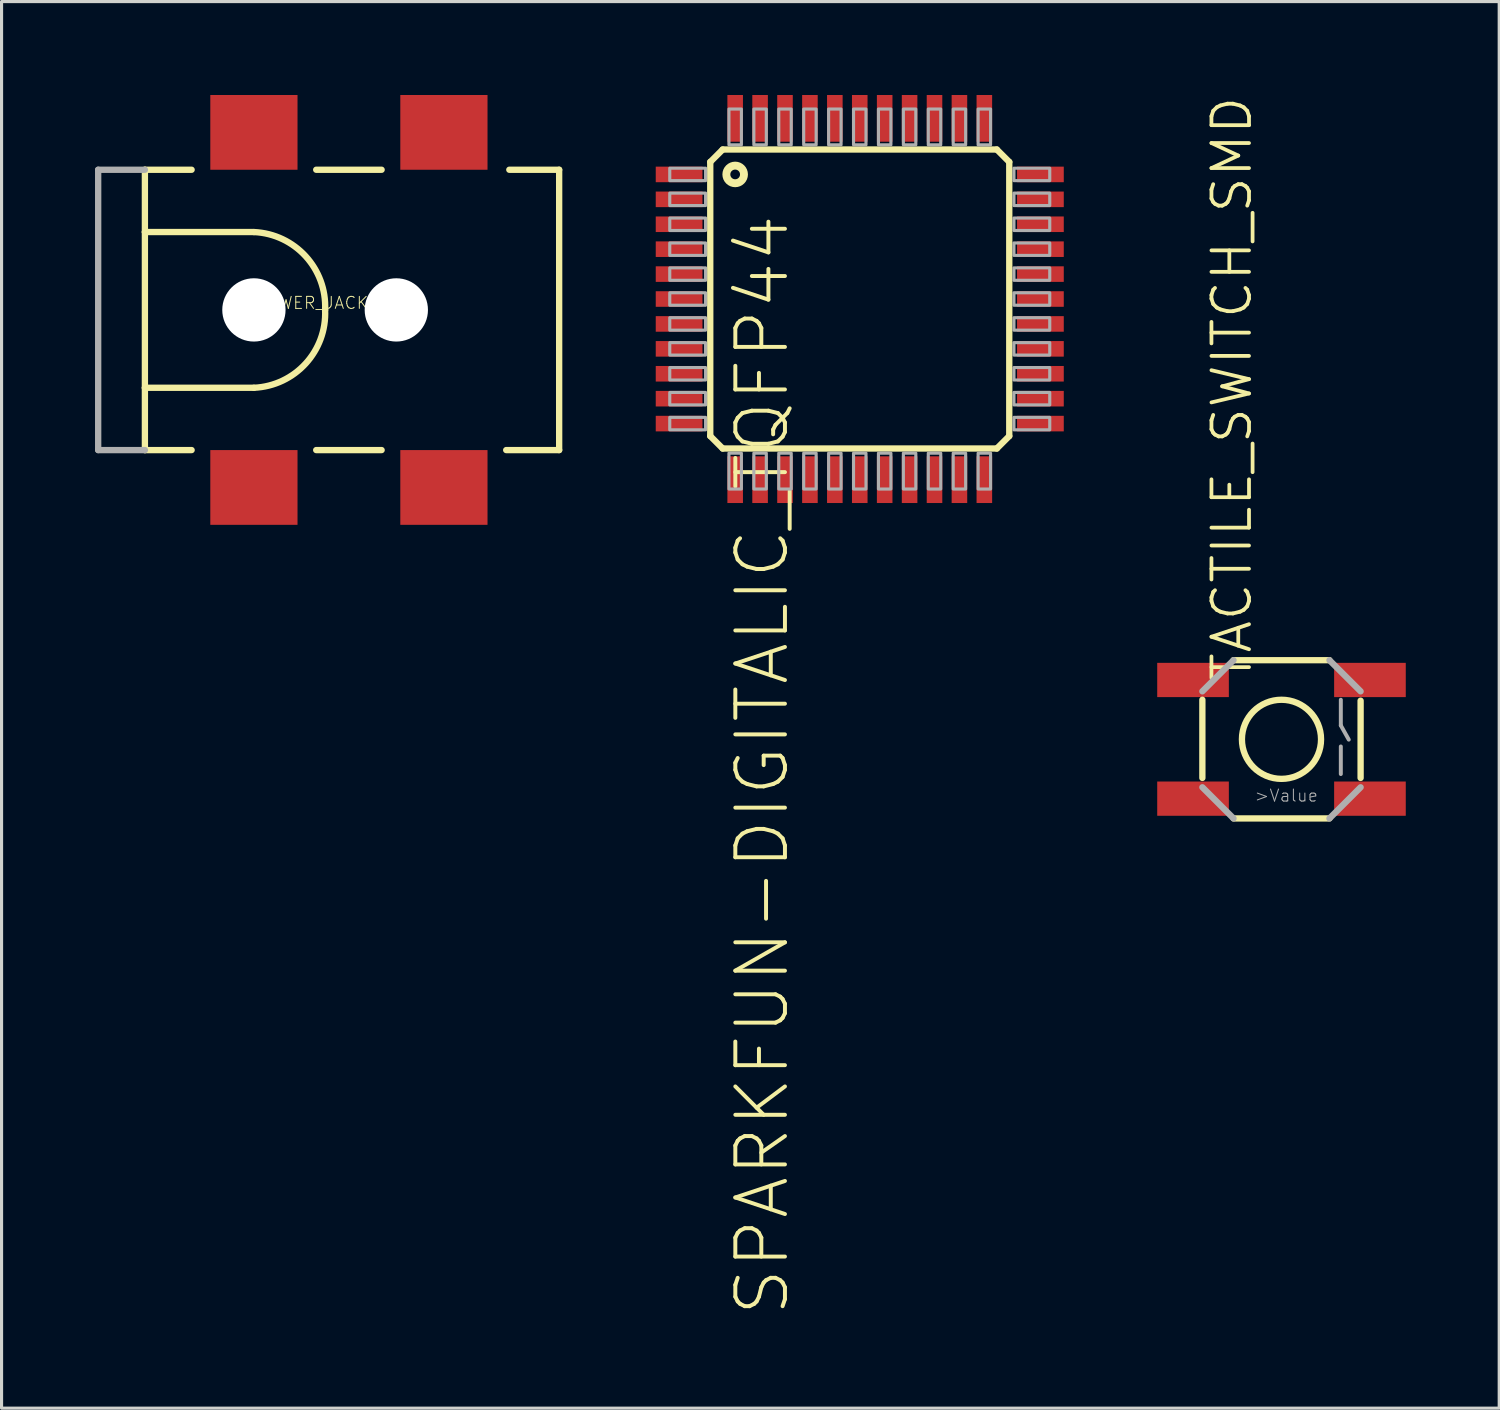
<source format=kicad_pcb>
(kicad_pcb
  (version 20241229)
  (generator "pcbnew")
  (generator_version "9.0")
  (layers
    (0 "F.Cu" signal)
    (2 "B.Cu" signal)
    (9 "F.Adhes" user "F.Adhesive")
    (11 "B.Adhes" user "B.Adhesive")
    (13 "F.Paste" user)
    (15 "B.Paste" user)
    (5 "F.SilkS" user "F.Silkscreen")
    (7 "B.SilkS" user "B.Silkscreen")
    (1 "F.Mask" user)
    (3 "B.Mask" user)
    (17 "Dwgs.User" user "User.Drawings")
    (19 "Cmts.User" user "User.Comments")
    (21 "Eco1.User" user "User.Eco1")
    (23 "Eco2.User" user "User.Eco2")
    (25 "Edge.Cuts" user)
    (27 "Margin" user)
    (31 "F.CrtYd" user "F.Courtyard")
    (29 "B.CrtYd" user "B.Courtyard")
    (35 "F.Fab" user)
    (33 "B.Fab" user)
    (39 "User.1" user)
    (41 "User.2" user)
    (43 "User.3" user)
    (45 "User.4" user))
  (footprint "SPARKFUN-DIGITALIC_TQFP44"
    (layer "F.Cu")
    (at 24.553 6.55)
    (property "Reference" "SPARKFUN-DIGITALIC_TQFP44" (at -4.064 -2.794 270) (layer "F.SilkS") (effects (font (size 1.593 1.593) (thickness 0.127)) (justify right top)))
    (attr through_hole)
    (fp_line (start -4.8 -4.4) (end -4.4 -4.8) (stroke (width 0.203) (type solid)) (layer "F.SilkS"))
    (fp_line (start -4.8 4.4) (end -4.8 -4.4) (stroke (width 0.203) (type solid)) (layer "F.SilkS"))
    (fp_line (start -4.4 -4.8) (end 4.4 -4.8) (stroke (width 0.203) (type solid)) (layer "F.SilkS"))
    (fp_line (start -4.4 4.8) (end -4.8 4.4) (stroke (width 0.203) (type solid)) (layer "F.SilkS"))
    (fp_line (start 4.4 -4.8) (end 4.8 -4.4) (stroke (width 0.203) (type solid)) (layer "F.SilkS"))
    (fp_line (start 4.4 4.8) (end -4.4 4.8) (stroke (width 0.203) (type solid)) (layer "F.SilkS"))
    (fp_line (start 4.8 -4.4) (end 4.8 4.4) (stroke (width 0.203) (type solid)) (layer "F.SilkS"))
    (fp_line (start 4.8 4.4) (end 4.4 4.8) (stroke (width 0.203) (type solid)) (layer "F.SilkS"))
    (fp_circle (center -4 -4) (end -3.717 -4) (stroke (width 0.254) (type solid)) (fill no) (layer "F.SilkS"))
    (fp_poly (pts (xy -6.1 -3.8) (xy -4.95 -3.8) (xy -4.95 -4.2) (xy -6.1 -4.2)) (stroke (width 0.1) (type solid)) (fill no) (layer "F.Fab"))
    (fp_poly (pts (xy -6.1 -3) (xy -4.95 -3) (xy -4.95 -3.4) (xy -6.1 -3.4)) (stroke (width 0.1) (type solid)) (fill no) (layer "F.Fab"))
    (fp_poly (pts (xy -6.1 -2.2) (xy -4.95 -2.2) (xy -4.95 -2.6) (xy -6.1 -2.6)) (stroke (width 0.1) (type solid)) (fill no) (layer "F.Fab"))
    (fp_poly (pts (xy -6.1 -1.4) (xy -4.95 -1.4) (xy -4.95 -1.8) (xy -6.1 -1.8)) (stroke (width 0.1) (type solid)) (fill no) (layer "F.Fab"))
    (fp_poly (pts (xy -6.1 -0.6) (xy -4.95 -0.6) (xy -4.95 -1) (xy -6.1 -1)) (stroke (width 0.1) (type solid)) (fill no) (layer "F.Fab"))
    (fp_poly (pts (xy -6.1 0.2) (xy -4.95 0.2) (xy -4.95 -0.2) (xy -6.1 -0.2)) (stroke (width 0.1) (type solid)) (fill no) (layer "F.Fab"))
    (fp_poly (pts (xy -6.1 1) (xy -4.95 1) (xy -4.95 0.6) (xy -6.1 0.6)) (stroke (width 0.1) (type solid)) (fill no) (layer "F.Fab"))
    (fp_poly (pts (xy -6.1 1.8) (xy -4.95 1.8) (xy -4.95 1.4) (xy -6.1 1.4)) (stroke (width 0.1) (type solid)) (fill no) (layer "F.Fab"))
    (fp_poly (pts (xy -6.1 2.6) (xy -4.95 2.6) (xy -4.95 2.2) (xy -6.1 2.2)) (stroke (width 0.1) (type solid)) (fill no) (layer "F.Fab"))
    (fp_poly (pts (xy -6.1 3.4) (xy -4.95 3.4) (xy -4.95 3) (xy -6.1 3)) (stroke (width 0.1) (type solid)) (fill no) (layer "F.Fab"))
    (fp_poly (pts (xy -6.1 4.2) (xy -4.95 4.2) (xy -4.95 3.8) (xy -6.1 3.8)) (stroke (width 0.1) (type solid)) (fill no) (layer "F.Fab"))
    (fp_poly (pts (xy -4.2 -4.95) (xy -3.8 -4.95) (xy -3.8 -6.1) (xy -4.2 -6.1)) (stroke (width 0.1) (type solid)) (fill no) (layer "F.Fab"))
    (fp_poly (pts (xy -4.2 6.1) (xy -3.8 6.1) (xy -3.8 4.95) (xy -4.2 4.95)) (stroke (width 0.1) (type solid)) (fill no) (layer "F.Fab"))
    (fp_poly (pts (xy -3.4 -4.95) (xy -3 -4.95) (xy -3 -6.1) (xy -3.4 -6.1)) (stroke (width 0.1) (type solid)) (fill no) (layer "F.Fab"))
    (fp_poly (pts (xy -3.4 6.1) (xy -3 6.1) (xy -3 4.95) (xy -3.4 4.95)) (stroke (width 0.1) (type solid)) (fill no) (layer "F.Fab"))
    (fp_poly (pts (xy -2.6 -4.95) (xy -2.2 -4.95) (xy -2.2 -6.1) (xy -2.6 -6.1)) (stroke (width 0.1) (type solid)) (fill no) (layer "F.Fab"))
    (fp_poly (pts (xy -2.6 6.1) (xy -2.2 6.1) (xy -2.2 4.95) (xy -2.6 4.95)) (stroke (width 0.1) (type solid)) (fill no) (layer "F.Fab"))
    (fp_poly (pts (xy -1.8 -4.95) (xy -1.4 -4.95) (xy -1.4 -6.1) (xy -1.8 -6.1)) (stroke (width 0.1) (type solid)) (fill no) (layer "F.Fab"))
    (fp_poly (pts (xy -1.8 6.1) (xy -1.4 6.1) (xy -1.4 4.95) (xy -1.8 4.95)) (stroke (width 0.1) (type solid)) (fill no) (layer "F.Fab"))
    (fp_poly (pts (xy -1 -4.95) (xy -0.6 -4.95) (xy -0.6 -6.1) (xy -1 -6.1)) (stroke (width 0.1) (type solid)) (fill no) (layer "F.Fab"))
    (fp_poly (pts (xy -1 6.1) (xy -0.6 6.1) (xy -0.6 4.95) (xy -1 4.95)) (stroke (width 0.1) (type solid)) (fill no) (layer "F.Fab"))
    (fp_poly (pts (xy -0.2 -4.95) (xy 0.2 -4.95) (xy 0.2 -6.1) (xy -0.2 -6.1)) (stroke (width 0.1) (type solid)) (fill no) (layer "F.Fab"))
    (fp_poly (pts (xy -0.2 6.1) (xy 0.2 6.1) (xy 0.2 4.95) (xy -0.2 4.95)) (stroke (width 0.1) (type solid)) (fill no) (layer "F.Fab"))
    (fp_poly (pts (xy 0.6 -4.95) (xy 1 -4.95) (xy 1 -6.1) (xy 0.6 -6.1)) (stroke (width 0.1) (type solid)) (fill no) (layer "F.Fab"))
    (fp_poly (pts (xy 0.6 6.1) (xy 1 6.1) (xy 1 4.95) (xy 0.6 4.95)) (stroke (width 0.1) (type solid)) (fill no) (layer "F.Fab"))
    (fp_poly (pts (xy 1.4 -4.95) (xy 1.8 -4.95) (xy 1.8 -6.1) (xy 1.4 -6.1)) (stroke (width 0.1) (type solid)) (fill no) (layer "F.Fab"))
    (fp_poly (pts (xy 1.4 6.1) (xy 1.8 6.1) (xy 1.8 4.95) (xy 1.4 4.95)) (stroke (width 0.1) (type solid)) (fill no) (layer "F.Fab"))
    (fp_poly (pts (xy 2.2 -4.95) (xy 2.6 -4.95) (xy 2.6 -6.1) (xy 2.2 -6.1)) (stroke (width 0.1) (type solid)) (fill no) (layer "F.Fab"))
    (fp_poly (pts (xy 2.2 6.1) (xy 2.6 6.1) (xy 2.6 4.95) (xy 2.2 4.95)) (stroke (width 0.1) (type solid)) (fill no) (layer "F.Fab"))
    (fp_poly (pts (xy 3 -4.95) (xy 3.4 -4.95) (xy 3.4 -6.1) (xy 3 -6.1)) (stroke (width 0.1) (type solid)) (fill no) (layer "F.Fab"))
    (fp_poly (pts (xy 3 6.1) (xy 3.4 6.1) (xy 3.4 4.95) (xy 3 4.95)) (stroke (width 0.1) (type solid)) (fill no) (layer "F.Fab"))
    (fp_poly (pts (xy 3.8 -4.95) (xy 4.2 -4.95) (xy 4.2 -6.1) (xy 3.8 -6.1)) (stroke (width 0.1) (type solid)) (fill no) (layer "F.Fab"))
    (fp_poly (pts (xy 3.8 6.1) (xy 4.2 6.1) (xy 4.2 4.95) (xy 3.8 4.95)) (stroke (width 0.1) (type solid)) (fill no) (layer "F.Fab"))
    (fp_poly (pts (xy 4.95 -3.8) (xy 6.1 -3.8) (xy 6.1 -4.2) (xy 4.95 -4.2)) (stroke (width 0.1) (type solid)) (fill no) (layer "F.Fab"))
    (fp_poly (pts (xy 4.95 -3) (xy 6.1 -3) (xy 6.1 -3.4) (xy 4.95 -3.4)) (stroke (width 0.1) (type solid)) (fill no) (layer "F.Fab"))
    (fp_poly (pts (xy 4.95 -2.2) (xy 6.1 -2.2) (xy 6.1 -2.6) (xy 4.95 -2.6)) (stroke (width 0.1) (type solid)) (fill no) (layer "F.Fab"))
    (fp_poly (pts (xy 4.95 -1.4) (xy 6.1 -1.4) (xy 6.1 -1.8) (xy 4.95 -1.8)) (stroke (width 0.1) (type solid)) (fill no) (layer "F.Fab"))
    (fp_poly (pts (xy 4.95 -0.6) (xy 6.1 -0.6) (xy 6.1 -1) (xy 4.95 -1)) (stroke (width 0.1) (type solid)) (fill no) (layer "F.Fab"))
    (fp_poly (pts (xy 4.95 0.2) (xy 6.1 0.2) (xy 6.1 -0.2) (xy 4.95 -0.2)) (stroke (width 0.1) (type solid)) (fill no) (layer "F.Fab"))
    (fp_poly (pts (xy 4.95 1) (xy 6.1 1) (xy 6.1 0.6) (xy 4.95 0.6)) (stroke (width 0.1) (type solid)) (fill no) (layer "F.Fab"))
    (fp_poly (pts (xy 4.95 1.8) (xy 6.1 1.8) (xy 6.1 1.4) (xy 4.95 1.4)) (stroke (width 0.1) (type solid)) (fill no) (layer "F.Fab"))
    (fp_poly (pts (xy 4.95 2.6) (xy 6.1 2.6) (xy 6.1 2.2) (xy 4.95 2.2)) (stroke (width 0.1) (type solid)) (fill no) (layer "F.Fab"))
    (fp_poly (pts (xy 4.95 3.4) (xy 6.1 3.4) (xy 6.1 3) (xy 4.95 3)) (stroke (width 0.1) (type solid)) (fill no) (layer "F.Fab"))
    (fp_poly (pts (xy 4.95 4.2) (xy 6.1 4.2) (xy 6.1 3.8) (xy 4.95 3.8)) (stroke (width 0.1) (type solid)) (fill no) (layer "F.Fab"))
    (pad "1" smd rect (at -5.8 -4) (size 1.5 0.5) (layers "F.Cu" "F.Mask" "F.Paste"))
    (pad "2" smd rect (at -5.8 -3.2) (size 1.5 0.5) (layers "F.Cu" "F.Mask" "F.Paste"))
    (pad "3" smd rect (at -5.8 -2.4) (size 1.5 0.5) (layers "F.Cu" "F.Mask" "F.Paste"))
    (pad "4" smd rect (at -5.8 -1.6) (size 1.5 0.5) (layers "F.Cu" "F.Mask" "F.Paste"))
    (pad "5" smd rect (at -5.8 -0.8) (size 1.5 0.5) (layers "F.Cu" "F.Mask" "F.Paste"))
    (pad "6" smd rect (at -5.8 0) (size 1.5 0.5) (layers "F.Cu" "F.Mask" "F.Paste"))
    (pad "7" smd rect (at -5.8 0.8) (size 1.5 0.5) (layers "F.Cu" "F.Mask" "F.Paste"))
    (pad "8" smd rect (at -5.8 1.6) (size 1.5 0.5) (layers "F.Cu" "F.Mask" "F.Paste"))
    (pad "9" smd rect (at -5.8 2.4) (size 1.5 0.5) (layers "F.Cu" "F.Mask" "F.Paste"))
    (pad "10" smd rect (at -5.8 3.2) (size 1.5 0.5) (layers "F.Cu" "F.Mask" "F.Paste"))
    (pad "11" smd rect (at -5.8 4) (size 1.5 0.5) (layers "F.Cu" "F.Mask" "F.Paste"))
    (pad "12" smd rect (at -4 5.8) (size 0.5 1.5) (layers "F.Cu" "F.Mask" "F.Paste"))
    (pad "13" smd rect (at -3.2 5.8) (size 0.5 1.5) (layers "F.Cu" "F.Mask" "F.Paste"))
    (pad "14" smd rect (at -2.4 5.8) (size 0.5 1.5) (layers "F.Cu" "F.Mask" "F.Paste"))
    (pad "15" smd rect (at -1.6 5.8) (size 0.5 1.5) (layers "F.Cu" "F.Mask" "F.Paste"))
    (pad "16" smd rect (at -0.8 5.8) (size 0.5 1.5) (layers "F.Cu" "F.Mask" "F.Paste"))
    (pad "17" smd rect (at 0 5.8) (size 0.5 1.5) (layers "F.Cu" "F.Mask" "F.Paste"))
    (pad "18" smd rect (at 0.8 5.8) (size 0.5 1.5) (layers "F.Cu" "F.Mask" "F.Paste"))
    (pad "19" smd rect (at 1.6 5.8) (size 0.5 1.5) (layers "F.Cu" "F.Mask" "F.Paste"))
    (pad "20" smd rect (at 2.4 5.8) (size 0.5 1.5) (layers "F.Cu" "F.Mask" "F.Paste"))
    (pad "21" smd rect (at 3.2 5.8) (size 0.5 1.5) (layers "F.Cu" "F.Mask" "F.Paste"))
    (pad "22" smd rect (at 4 5.8) (size 0.5 1.5) (layers "F.Cu" "F.Mask" "F.Paste"))
    (pad "23" smd rect (at 5.8 4) (size 1.5 0.5) (layers "F.Cu" "F.Mask" "F.Paste"))
    (pad "24" smd rect (at 5.8 3.2) (size 1.5 0.5) (layers "F.Cu" "F.Mask" "F.Paste"))
    (pad "25" smd rect (at 5.8 2.4) (size 1.5 0.5) (layers "F.Cu" "F.Mask" "F.Paste"))
    (pad "26" smd rect (at 5.8 1.6) (size 1.5 0.5) (layers "F.Cu" "F.Mask" "F.Paste"))
    (pad "27" smd rect (at 5.8 0.8) (size 1.5 0.5) (layers "F.Cu" "F.Mask" "F.Paste"))
    (pad "28" smd rect (at 5.8 0) (size 1.5 0.5) (layers "F.Cu" "F.Mask" "F.Paste"))
    (pad "29" smd rect (at 5.8 -0.8) (size 1.5 0.5) (layers "F.Cu" "F.Mask" "F.Paste"))
    (pad "30" smd rect (at 5.8 -1.6) (size 1.5 0.5) (layers "F.Cu" "F.Mask" "F.Paste"))
    (pad "31" smd rect (at 5.8 -2.4) (size 1.5 0.5) (layers "F.Cu" "F.Mask" "F.Paste"))
    (pad "32" smd rect (at 5.8 -3.2) (size 1.5 0.5) (layers "F.Cu" "F.Mask" "F.Paste"))
    (pad "33" smd rect (at 5.8 -4) (size 1.5 0.5) (layers "F.Cu" "F.Mask" "F.Paste"))
    (pad "34" smd rect (at 4 -5.8) (size 0.5 1.5) (layers "F.Cu" "F.Mask" "F.Paste"))
    (pad "35" smd rect (at 3.2 -5.8) (size 0.5 1.5) (layers "F.Cu" "F.Mask" "F.Paste"))
    (pad "36" smd rect (at 2.4 -5.8) (size 0.5 1.5) (layers "F.Cu" "F.Mask" "F.Paste"))
    (pad "37" smd rect (at 1.6 -5.8) (size 0.5 1.5) (layers "F.Cu" "F.Mask" "F.Paste"))
    (pad "38" smd rect (at 0.8 -5.8) (size 0.5 1.5) (layers "F.Cu" "F.Mask" "F.Paste"))
    (pad "39" smd rect (at 0 -5.8) (size 0.5 1.5) (layers "F.Cu" "F.Mask" "F.Paste"))
    (pad "40" smd rect (at -0.8 -5.8) (size 0.5 1.5) (layers "F.Cu" "F.Mask" "F.Paste"))
    (pad "41" smd rect (at -1.6 -5.8) (size 0.5 1.5) (layers "F.Cu" "F.Mask" "F.Paste"))
    (pad "42" smd rect (at -2.4 -5.8) (size 0.5 1.5) (layers "F.Cu" "F.Mask" "F.Paste"))
    (pad "43" smd rect (at -3.2 -5.8) (size 0.5 1.5) (layers "F.Cu" "F.Mask" "F.Paste"))
    (pad "44" smd rect (at -4 -5.8) (size 0.5 1.5) (layers "F.Cu" "F.Mask" "F.Paste")))
  (footprint "TACTILE_SWITCH_SMD"
    (layer "F.Cu")
    (at 38.093 20.686)
    (property "Reference" "TACTILE_SWITCH_SMD" (at -0.889 -1.778 90) (layer "F.SilkS") (effects (font (size 1.206 1.206) (thickness 0.121)) (justify left bottom)))
    (attr through_hole)
    (fp_line (start -2.54 1.24) (end -2.54 -1.27) (stroke (width 0.203) (type solid)) (layer "F.SilkS"))
    (fp_line (start -1.54 -2.54) (end 1.54 -2.54) (stroke (width 0.203) (type solid)) (layer "F.SilkS"))
    (fp_line (start 1.54 2.54) (end -1.54 2.54) (stroke (width 0.203) (type solid)) (layer "F.SilkS"))
    (fp_line (start 2.54 -1.24) (end 2.54 1.24) (stroke (width 0.203) (type solid)) (layer "F.SilkS"))
    (fp_circle (center 0 0) (end 1.27 0) (stroke (width 0.203) (type solid)) (fill no) (layer "F.SilkS"))
    (fp_line (start -2.54 -1.54) (end -1.54 -2.54) (stroke (width 0.203) (type solid)) (layer "F.Fab"))
    (fp_line (start -1.54 2.54) (end -2.54 1.54) (stroke (width 0.203) (type solid)) (layer "F.Fab"))
    (fp_line (start 1.54 -2.54) (end 2.54 -1.54) (stroke (width 0.203) (type solid)) (layer "F.Fab"))
    (fp_line (start 1.905 -1.27) (end 1.905 -0.445) (stroke (width 0.127) (type solid)) (layer "F.Fab"))
    (fp_line (start 1.905 -0.445) (end 2.16 0.01) (stroke (width 0.127) (type solid)) (layer "F.Fab"))
    (fp_line (start 1.905 0.23) (end 1.905 1.115) (stroke (width 0.127) (type solid)) (layer "F.Fab"))
    (fp_line (start 2.54 1.54) (end 1.54 2.54) (stroke (width 0.203) (type solid)) (layer "F.Fab"))
    (fp_text user ">Value" (at -0.889 2.032 0) (layer "F.Fab") (effects (font (size 0.386 0.386) (thickness 0.033)) (justify left bottom)))
    (pad "1" smd rect (at -2.84 -1.905 90) (size 1.1 2.3) (layers "F.Cu" "F.Mask" "F.Paste"))
    (pad "2" smd rect (at 2.84 -1.905 90) (size 1.1 2.3) (layers "F.Cu" "F.Mask" "F.Paste"))
    (pad "3" smd rect (at -2.84 1.905 90) (size 1.1 2.3) (layers "F.Cu" "F.Mask" "F.Paste"))
    (pad "4" smd rect (at 2.84 1.905 90) (size 1.1 2.3) (layers "F.Cu" "F.Mask" "F.Paste")))
  (footprint "POWER_JACK_SMD"
    (layer "F.Cu")
    (at 5.102 6.9)
    (property "Reference" "POWER_JACK_SMD" (at 0 0 0) (layer "F.SilkS") (effects (font (size 0.386 0.386) (thickness 0.031)) (justify left bottom)))
    (attr through_hole)
    (fp_line (start -3.5 -4.5) (end -3.5 -2.5) (stroke (width 0.203) (type solid)) (layer "F.SilkS"))
    (fp_line (start -3.5 -4.5) (end -2 -4.5) (stroke (width 0.203) (type solid)) (layer "F.SilkS"))
    (fp_line (start -3.5 -2.5) (end -3.5 2.5) (stroke (width 0.203) (type solid)) (layer "F.SilkS"))
    (fp_line (start -3.5 -2.5) (end 0 -2.5) (stroke (width 0.203) (type solid)) (layer "F.SilkS"))
    (fp_line (start -3.5 2.5) (end -3.5 4.5) (stroke (width 0.203) (type solid)) (layer "F.SilkS"))
    (fp_line (start -2 4.5) (end -3.5 4.5) (stroke (width 0.203) (type solid)) (layer "F.SilkS"))
    (fp_line (start 0 2.5) (end -3.5 2.5) (stroke (width 0.203) (type solid)) (layer "F.SilkS"))
    (fp_line (start 2 -4.5) (end 4.1 -4.5) (stroke (width 0.203) (type solid)) (layer "F.SilkS"))
    (fp_line (start 4.1 4.5) (end 2 4.5) (stroke (width 0.203) (type solid)) (layer "F.SilkS"))
    (fp_line (start 8.2 -4.5) (end 9.8 -4.5) (stroke (width 0.203) (type solid)) (layer "F.SilkS"))
    (fp_line (start 9.8 -4.5) (end 9.8 4.5) (stroke (width 0.203) (type solid)) (layer "F.SilkS"))
    (fp_line (start 9.8 4.5) (end 8.1 4.5) (stroke (width 0.203) (type solid)) (layer "F.SilkS"))
    (fp_arc (start 0 -2.5) (mid 1.660767 -1.723446) (end 2.286 0) (stroke (width 0.2032) (type solid)) (layer "F.SilkS"))
    (fp_arc (start 2.286 0) (mid 1.660767 1.723446) (end 0 2.5) (stroke (width 0.2032) (type solid)) (layer "F.SilkS"))
    (fp_line (start -5 -4.5) (end -5 4.5) (stroke (width 0.203) (type solid)) (layer "F.Fab"))
    (fp_line (start -5 -4.5) (end -3.5 -4.5) (stroke (width 0.203) (type solid)) (layer "F.Fab"))
    (fp_line (start -3.5 4.5) (end -5 4.5) (stroke (width 0.203) (type solid)) (layer "F.Fab"))
    (pad "" np_thru_hole circle (at 0 0) (size 2.032 2.032) (drill 2.032) (layers "*.Cu" "*.Mask"))
    (pad "" np_thru_hole circle (at 4.572 0) (size 2.032 2.032) (drill 2.032) (layers "*.Cu" "*.Mask"))
    (pad "GND" smd rect (at 0 5.7) (size 2.8 2.4) (layers "F.Cu" "F.Mask" "F.Paste"))
    (pad "P$4" smd rect (at 6.1 5.7) (size 2.8 2.4) (layers "F.Cu" "F.Mask" "F.Paste"))
    (pad "VIN0" smd rect (at 0 -5.7) (size 2.8 2.4) (layers "F.Cu" "F.Mask" "F.Paste"))
    (pad "VIN1" smd rect (at 6.1 -5.7) (size 2.8 2.4) (layers "F.Cu" "F.Mask" "F.Paste")))
  (gr_rect
    (start -3 -3)
    (end 45.083 42.16)
    (stroke (width 0.1) (type default))
    (fill no)
    (layer "Edge.Cuts")))
</source>
